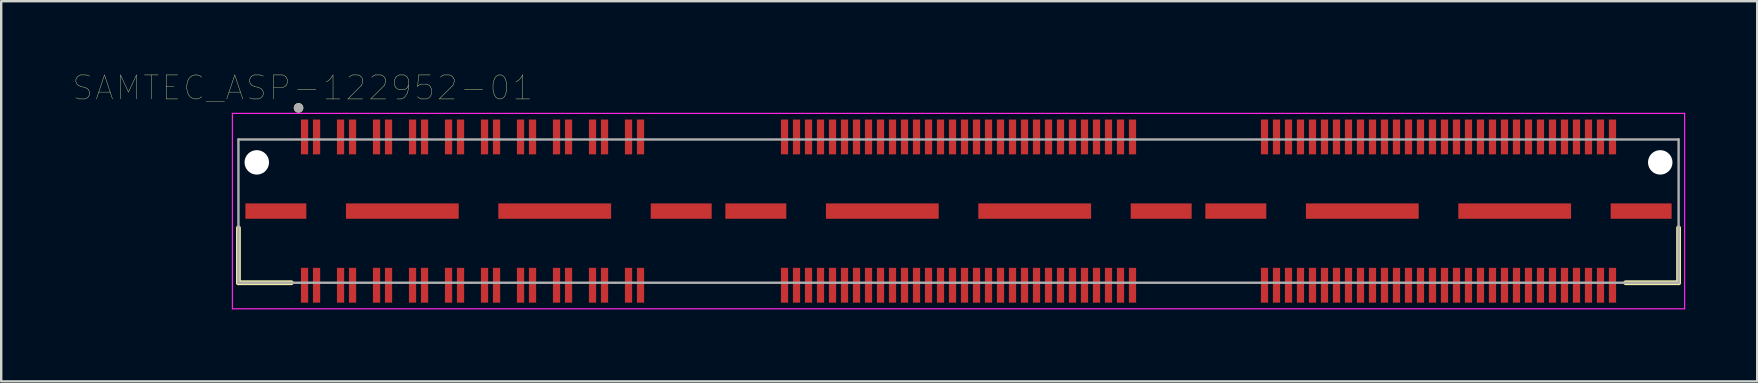
<source format=kicad_pcb>
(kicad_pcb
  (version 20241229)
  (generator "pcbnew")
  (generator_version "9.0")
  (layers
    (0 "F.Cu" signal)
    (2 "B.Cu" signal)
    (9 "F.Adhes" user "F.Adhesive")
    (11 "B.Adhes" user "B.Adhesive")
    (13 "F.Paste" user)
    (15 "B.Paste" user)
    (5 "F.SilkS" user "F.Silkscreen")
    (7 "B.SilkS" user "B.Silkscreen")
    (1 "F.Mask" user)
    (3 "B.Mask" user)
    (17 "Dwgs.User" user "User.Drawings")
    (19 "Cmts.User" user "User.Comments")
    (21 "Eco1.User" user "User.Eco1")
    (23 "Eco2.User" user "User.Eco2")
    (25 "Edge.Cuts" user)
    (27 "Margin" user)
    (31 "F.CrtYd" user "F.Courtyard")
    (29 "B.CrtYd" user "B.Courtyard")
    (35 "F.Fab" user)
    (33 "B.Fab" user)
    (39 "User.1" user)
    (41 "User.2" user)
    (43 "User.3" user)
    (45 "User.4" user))
  (footprint "SAMTEC_ASP-122952-01"
    (layer "F.Cu")
    (at 36.89 5.746)
    (property "Reference" "SAMTEC_ASP-122952-01" (at -27.325 -5.135 0) (layer "F.SilkS") (effects (font (size 1 1) (thickness 0.015))))
    (attr through_hole)
    (fp_line (start -30.005 2.985) (end -30.005 0.7) (stroke (width 0.2) (type solid)) (layer "F.SilkS"))
    (fp_line (start -27.8 2.985) (end -30.005 2.985) (stroke (width 0.2) (type solid)) (layer "F.SilkS"))
    (fp_line (start 27.8 2.985) (end 30.005 2.985) (stroke (width 0.2) (type solid)) (layer "F.SilkS"))
    (fp_line (start 30.005 2.985) (end 30.005 0.7) (stroke (width 0.2) (type solid)) (layer "F.SilkS"))
    (fp_circle (center -27.5 -4.3) (end -27.4 -4.3) (stroke (width 0.2) (type solid)) (fill no) (layer "F.SilkS"))
    (fp_line (start -30.255 -4.07) (end 30.255 -4.07) (stroke (width 0.05) (type solid)) (layer "F.CrtYd"))
    (fp_line (start -30.255 4.07) (end -30.255 -4.07) (stroke (width 0.05) (type solid)) (layer "F.CrtYd"))
    (fp_line (start 30.255 -4.07) (end 30.255 4.07) (stroke (width 0.05) (type solid)) (layer "F.CrtYd"))
    (fp_line (start 30.255 4.07) (end -30.255 4.07) (stroke (width 0.05) (type solid)) (layer "F.CrtYd"))
    (fp_line (start -30.005 -2.985) (end 30.005 -2.985) (stroke (width 0.1) (type solid)) (layer "F.Fab"))
    (fp_line (start -30.005 2.985) (end -30.005 -2.985) (stroke (width 0.1) (type solid)) (layer "F.Fab"))
    (fp_line (start 30.005 -2.985) (end 30.005 2.985) (stroke (width 0.1) (type solid)) (layer "F.Fab"))
    (fp_line (start 30.005 2.985) (end -30.005 2.985) (stroke (width 0.1) (type solid)) (layer "F.Fab"))
    (fp_circle (center -27.5 -4.3) (end -27.4 -4.3) (stroke (width 0.2) (type solid)) (fill no) (layer "F.Fab"))
    (pad "" np_thru_hole circle (at -29.24 -2.03) (size 1.02 1.02) (drill 1.02) (layers "*.Cu" "*.Mask"))
    (pad "" np_thru_hole circle (at 29.24 -2.03) (size 1.02 1.02) (drill 1.02) (layers "*.Cu" "*.Mask"))
    (pad "1" smd rect (at -27.25 -3.09) (size 0.3 1.45) (layers "F.Cu" "F.Mask" "F.Paste"))
    (pad "2" smd rect (at -27.25 3.09) (size 0.3 1.45) (layers "F.Cu" "F.Mask" "F.Paste"))
    (pad "3" smd rect (at -26.75 -3.09) (size 0.3 1.45) (layers "F.Cu" "F.Mask" "F.Paste"))
    (pad "4" smd rect (at -26.75 3.09) (size 0.3 1.45) (layers "F.Cu" "F.Mask" "F.Paste"))
    (pad "5" smd rect (at -25.75 -3.09) (size 0.3 1.45) (layers "F.Cu" "F.Mask" "F.Paste"))
    (pad "6" smd rect (at -25.75 3.09) (size 0.3 1.45) (layers "F.Cu" "F.Mask" "F.Paste"))
    (pad "7" smd rect (at -25.25 -3.09) (size 0.3 1.45) (layers "F.Cu" "F.Mask" "F.Paste"))
    (pad "8" smd rect (at -25.25 3.09) (size 0.3 1.45) (layers "F.Cu" "F.Mask" "F.Paste"))
    (pad "9" smd rect (at -24.25 -3.09) (size 0.3 1.45) (layers "F.Cu" "F.Mask" "F.Paste"))
    (pad "10" smd rect (at -24.25 3.09) (size 0.3 1.45) (layers "F.Cu" "F.Mask" "F.Paste"))
    (pad "11" smd rect (at -23.75 -3.09) (size 0.3 1.45) (layers "F.Cu" "F.Mask" "F.Paste"))
    (pad "12" smd rect (at -23.75 3.09) (size 0.3 1.45) (layers "F.Cu" "F.Mask" "F.Paste"))
    (pad "13" smd rect (at -22.75 -3.09) (size 0.3 1.45) (layers "F.Cu" "F.Mask" "F.Paste"))
    (pad "14" smd rect (at -22.75 3.09) (size 0.3 1.45) (layers "F.Cu" "F.Mask" "F.Paste"))
    (pad "15" smd rect (at -22.25 -3.09) (size 0.3 1.45) (layers "F.Cu" "F.Mask" "F.Paste"))
    (pad "16" smd rect (at -22.25 3.09) (size 0.3 1.45) (layers "F.Cu" "F.Mask" "F.Paste"))
    (pad "17" smd rect (at -21.25 -3.09) (size 0.3 1.45) (layers "F.Cu" "F.Mask" "F.Paste"))
    (pad "18" smd rect (at -21.25 3.09) (size 0.3 1.45) (layers "F.Cu" "F.Mask" "F.Paste"))
    (pad "19" smd rect (at -20.75 -3.09) (size 0.3 1.45) (layers "F.Cu" "F.Mask" "F.Paste"))
    (pad "20" smd rect (at -20.75 3.09) (size 0.3 1.45) (layers "F.Cu" "F.Mask" "F.Paste"))
    (pad "21" smd rect (at -19.75 -3.09) (size 0.3 1.45) (layers "F.Cu" "F.Mask" "F.Paste"))
    (pad "22" smd rect (at -19.75 3.09) (size 0.3 1.45) (layers "F.Cu" "F.Mask" "F.Paste"))
    (pad "23" smd rect (at -19.25 -3.09) (size 0.3 1.45) (layers "F.Cu" "F.Mask" "F.Paste"))
    (pad "24" smd rect (at -19.25 3.09) (size 0.3 1.45) (layers "F.Cu" "F.Mask" "F.Paste"))
    (pad "25" smd rect (at -18.25 -3.09) (size 0.3 1.45) (layers "F.Cu" "F.Mask" "F.Paste"))
    (pad "26" smd rect (at -18.25 3.09) (size 0.3 1.45) (layers "F.Cu" "F.Mask" "F.Paste"))
    (pad "27" smd rect (at -17.75 -3.09) (size 0.3 1.45) (layers "F.Cu" "F.Mask" "F.Paste"))
    (pad "28" smd rect (at -17.75 3.09) (size 0.3 1.45) (layers "F.Cu" "F.Mask" "F.Paste"))
    (pad "29" smd rect (at -16.75 -3.09) (size 0.3 1.45) (layers "F.Cu" "F.Mask" "F.Paste"))
    (pad "30" smd rect (at -16.75 3.09) (size 0.3 1.45) (layers "F.Cu" "F.Mask" "F.Paste"))
    (pad "31" smd rect (at -16.25 -3.09) (size 0.3 1.45) (layers "F.Cu" "F.Mask" "F.Paste"))
    (pad "32" smd rect (at -16.25 3.09) (size 0.3 1.45) (layers "F.Cu" "F.Mask" "F.Paste"))
    (pad "33" smd rect (at -15.25 -3.09) (size 0.3 1.45) (layers "F.Cu" "F.Mask" "F.Paste"))
    (pad "34" smd rect (at -15.25 3.09) (size 0.3 1.45) (layers "F.Cu" "F.Mask" "F.Paste"))
    (pad "35" smd rect (at -14.75 -3.09) (size 0.3 1.45) (layers "F.Cu" "F.Mask" "F.Paste"))
    (pad "36" smd rect (at -14.75 3.09) (size 0.3 1.45) (layers "F.Cu" "F.Mask" "F.Paste"))
    (pad "37" smd rect (at -13.75 -3.09) (size 0.3 1.45) (layers "F.Cu" "F.Mask" "F.Paste"))
    (pad "38" smd rect (at -13.75 3.09) (size 0.3 1.45) (layers "F.Cu" "F.Mask" "F.Paste"))
    (pad "39" smd rect (at -13.25 -3.09) (size 0.3 1.45) (layers "F.Cu" "F.Mask" "F.Paste"))
    (pad "40" smd rect (at -13.25 3.09) (size 0.3 1.45) (layers "F.Cu" "F.Mask" "F.Paste"))
    (pad "41" smd rect (at -7.25 -3.09) (size 0.3 1.45) (layers "F.Cu" "F.Mask" "F.Paste"))
    (pad "42" smd rect (at -7.25 3.09) (size 0.3 1.45) (layers "F.Cu" "F.Mask" "F.Paste"))
    (pad "43" smd rect (at -6.75 -3.09) (size 0.3 1.45) (layers "F.Cu" "F.Mask" "F.Paste"))
    (pad "44" smd rect (at -6.75 3.09) (size 0.3 1.45) (layers "F.Cu" "F.Mask" "F.Paste"))
    (pad "45" smd rect (at -6.25 -3.09) (size 0.3 1.45) (layers "F.Cu" "F.Mask" "F.Paste"))
    (pad "46" smd rect (at -6.25 3.09) (size 0.3 1.45) (layers "F.Cu" "F.Mask" "F.Paste"))
    (pad "47" smd rect (at -5.75 -3.09) (size 0.3 1.45) (layers "F.Cu" "F.Mask" "F.Paste"))
    (pad "48" smd rect (at -5.75 3.09) (size 0.3 1.45) (layers "F.Cu" "F.Mask" "F.Paste"))
    (pad "49" smd rect (at -5.25 -3.09) (size 0.3 1.45) (layers "F.Cu" "F.Mask" "F.Paste"))
    (pad "50" smd rect (at -5.25 3.09) (size 0.3 1.45) (layers "F.Cu" "F.Mask" "F.Paste"))
    (pad "51" smd rect (at -4.75 -3.09) (size 0.3 1.45) (layers "F.Cu" "F.Mask" "F.Paste"))
    (pad "52" smd rect (at -4.75 3.09) (size 0.3 1.45) (layers "F.Cu" "F.Mask" "F.Paste"))
    (pad "53" smd rect (at -4.25 -3.09) (size 0.3 1.45) (layers "F.Cu" "F.Mask" "F.Paste"))
    (pad "54" smd rect (at -4.25 3.09) (size 0.3 1.45) (layers "F.Cu" "F.Mask" "F.Paste"))
    (pad "55" smd rect (at -3.75 -3.09) (size 0.3 1.45) (layers "F.Cu" "F.Mask" "F.Paste"))
    (pad "56" smd rect (at -3.75 3.09) (size 0.3 1.45) (layers "F.Cu" "F.Mask" "F.Paste"))
    (pad "57" smd rect (at -3.25 -3.09) (size 0.3 1.45) (layers "F.Cu" "F.Mask" "F.Paste"))
    (pad "58" smd rect (at -3.25 3.09) (size 0.3 1.45) (layers "F.Cu" "F.Mask" "F.Paste"))
    (pad "59" smd rect (at -2.75 -3.09) (size 0.3 1.45) (layers "F.Cu" "F.Mask" "F.Paste"))
    (pad "60" smd rect (at -2.75 3.09) (size 0.3 1.45) (layers "F.Cu" "F.Mask" "F.Paste"))
    (pad "61" smd rect (at -2.25 -3.09) (size 0.3 1.45) (layers "F.Cu" "F.Mask" "F.Paste"))
    (pad "62" smd rect (at -2.25 3.09) (size 0.3 1.45) (layers "F.Cu" "F.Mask" "F.Paste"))
    (pad "63" smd rect (at -1.75 -3.09) (size 0.3 1.45) (layers "F.Cu" "F.Mask" "F.Paste"))
    (pad "64" smd rect (at -1.75 3.09) (size 0.3 1.45) (layers "F.Cu" "F.Mask" "F.Paste"))
    (pad "65" smd rect (at -1.25 -3.09) (size 0.3 1.45) (layers "F.Cu" "F.Mask" "F.Paste"))
    (pad "66" smd rect (at -1.25 3.09) (size 0.3 1.45) (layers "F.Cu" "F.Mask" "F.Paste"))
    (pad "67" smd rect (at -0.75 -3.09) (size 0.3 1.45) (layers "F.Cu" "F.Mask" "F.Paste"))
    (pad "68" smd rect (at -0.75 3.09) (size 0.3 1.45) (layers "F.Cu" "F.Mask" "F.Paste"))
    (pad "69" smd rect (at -0.25 -3.09) (size 0.3 1.45) (layers "F.Cu" "F.Mask" "F.Paste"))
    (pad "70" smd rect (at -0.25 3.09) (size 0.3 1.45) (layers "F.Cu" "F.Mask" "F.Paste"))
    (pad "71" smd rect (at 0.25 -3.09) (size 0.3 1.45) (layers "F.Cu" "F.Mask" "F.Paste"))
    (pad "72" smd rect (at 0.25 3.09) (size 0.3 1.45) (layers "F.Cu" "F.Mask" "F.Paste"))
    (pad "73" smd rect (at 0.75 -3.09) (size 0.3 1.45) (layers "F.Cu" "F.Mask" "F.Paste"))
    (pad "74" smd rect (at 0.75 3.09) (size 0.3 1.45) (layers "F.Cu" "F.Mask" "F.Paste"))
    (pad "75" smd rect (at 1.25 -3.09) (size 0.3 1.45) (layers "F.Cu" "F.Mask" "F.Paste"))
    (pad "76" smd rect (at 1.25 3.09) (size 0.3 1.45) (layers "F.Cu" "F.Mask" "F.Paste"))
    (pad "77" smd rect (at 1.75 -3.09) (size 0.3 1.45) (layers "F.Cu" "F.Mask" "F.Paste"))
    (pad "78" smd rect (at 1.75 3.09) (size 0.3 1.45) (layers "F.Cu" "F.Mask" "F.Paste"))
    (pad "79" smd rect (at 2.25 -3.09) (size 0.3 1.45) (layers "F.Cu" "F.Mask" "F.Paste"))
    (pad "80" smd rect (at 2.25 3.09) (size 0.3 1.45) (layers "F.Cu" "F.Mask" "F.Paste"))
    (pad "81" smd rect (at 2.75 -3.09) (size 0.3 1.45) (layers "F.Cu" "F.Mask" "F.Paste"))
    (pad "82" smd rect (at 2.75 3.09) (size 0.3 1.45) (layers "F.Cu" "F.Mask" "F.Paste"))
    (pad "83" smd rect (at 3.25 -3.09) (size 0.3 1.45) (layers "F.Cu" "F.Mask" "F.Paste"))
    (pad "84" smd rect (at 3.25 3.09) (size 0.3 1.45) (layers "F.Cu" "F.Mask" "F.Paste"))
    (pad "85" smd rect (at 3.75 -3.09) (size 0.3 1.45) (layers "F.Cu" "F.Mask" "F.Paste"))
    (pad "86" smd rect (at 3.75 3.09) (size 0.3 1.45) (layers "F.Cu" "F.Mask" "F.Paste"))
    (pad "87" smd rect (at 4.25 -3.09) (size 0.3 1.45) (layers "F.Cu" "F.Mask" "F.Paste"))
    (pad "88" smd rect (at 4.25 3.09) (size 0.3 1.45) (layers "F.Cu" "F.Mask" "F.Paste"))
    (pad "89" smd rect (at 4.75 -3.09) (size 0.3 1.45) (layers "F.Cu" "F.Mask" "F.Paste"))
    (pad "90" smd rect (at 4.75 3.09) (size 0.3 1.45) (layers "F.Cu" "F.Mask" "F.Paste"))
    (pad "91" smd rect (at 5.25 -3.09) (size 0.3 1.45) (layers "F.Cu" "F.Mask" "F.Paste"))
    (pad "92" smd rect (at 5.25 3.09) (size 0.3 1.45) (layers "F.Cu" "F.Mask" "F.Paste"))
    (pad "93" smd rect (at 5.75 -3.09) (size 0.3 1.45) (layers "F.Cu" "F.Mask" "F.Paste"))
    (pad "94" smd rect (at 5.75 3.09) (size 0.3 1.45) (layers "F.Cu" "F.Mask" "F.Paste"))
    (pad "95" smd rect (at 6.25 -3.09) (size 0.3 1.45) (layers "F.Cu" "F.Mask" "F.Paste"))
    (pad "96" smd rect (at 6.25 3.09) (size 0.3 1.45) (layers "F.Cu" "F.Mask" "F.Paste"))
    (pad "97" smd rect (at 6.75 -3.09) (size 0.3 1.45) (layers "F.Cu" "F.Mask" "F.Paste"))
    (pad "98" smd rect (at 6.75 3.09) (size 0.3 1.45) (layers "F.Cu" "F.Mask" "F.Paste"))
    (pad "99" smd rect (at 7.25 -3.09) (size 0.3 1.45) (layers "F.Cu" "F.Mask" "F.Paste"))
    (pad "100" smd rect (at 7.25 3.09) (size 0.3 1.45) (layers "F.Cu" "F.Mask" "F.Paste"))
    (pad "101" smd rect (at 12.75 -3.09) (size 0.3 1.45) (layers "F.Cu" "F.Mask" "F.Paste"))
    (pad "102" smd rect (at 12.75 3.09) (size 0.3 1.45) (layers "F.Cu" "F.Mask" "F.Paste"))
    (pad "103" smd rect (at 13.25 -3.09) (size 0.3 1.45) (layers "F.Cu" "F.Mask" "F.Paste"))
    (pad "104" smd rect (at 13.25 3.09) (size 0.3 1.45) (layers "F.Cu" "F.Mask" "F.Paste"))
    (pad "105" smd rect (at 13.75 -3.09) (size 0.3 1.45) (layers "F.Cu" "F.Mask" "F.Paste"))
    (pad "106" smd rect (at 13.75 3.09) (size 0.3 1.45) (layers "F.Cu" "F.Mask" "F.Paste"))
    (pad "107" smd rect (at 14.25 -3.09) (size 0.3 1.45) (layers "F.Cu" "F.Mask" "F.Paste"))
    (pad "108" smd rect (at 14.25 3.09) (size 0.3 1.45) (layers "F.Cu" "F.Mask" "F.Paste"))
    (pad "109" smd rect (at 14.75 -3.09) (size 0.3 1.45) (layers "F.Cu" "F.Mask" "F.Paste"))
    (pad "110" smd rect (at 14.75 3.09) (size 0.3 1.45) (layers "F.Cu" "F.Mask" "F.Paste"))
    (pad "111" smd rect (at 15.25 -3.09) (size 0.3 1.45) (layers "F.Cu" "F.Mask" "F.Paste"))
    (pad "112" smd rect (at 15.25 3.09) (size 0.3 1.45) (layers "F.Cu" "F.Mask" "F.Paste"))
    (pad "113" smd rect (at 15.75 -3.09) (size 0.3 1.45) (layers "F.Cu" "F.Mask" "F.Paste"))
    (pad "114" smd rect (at 15.75 3.09) (size 0.3 1.45) (layers "F.Cu" "F.Mask" "F.Paste"))
    (pad "115" smd rect (at 16.25 -3.09) (size 0.3 1.45) (layers "F.Cu" "F.Mask" "F.Paste"))
    (pad "116" smd rect (at 16.25 3.09) (size 0.3 1.45) (layers "F.Cu" "F.Mask" "F.Paste"))
    (pad "117" smd rect (at 16.75 -3.09) (size 0.3 1.45) (layers "F.Cu" "F.Mask" "F.Paste"))
    (pad "118" smd rect (at 16.75 3.09) (size 0.3 1.45) (layers "F.Cu" "F.Mask" "F.Paste"))
    (pad "119" smd rect (at 17.25 -3.09) (size 0.3 1.45) (layers "F.Cu" "F.Mask" "F.Paste"))
    (pad "120" smd rect (at 17.25 3.09) (size 0.3 1.45) (layers "F.Cu" "F.Mask" "F.Paste"))
    (pad "121" smd rect (at 17.75 -3.09) (size 0.3 1.45) (layers "F.Cu" "F.Mask" "F.Paste"))
    (pad "122" smd rect (at 17.75 3.09) (size 0.3 1.45) (layers "F.Cu" "F.Mask" "F.Paste"))
    (pad "123" smd rect (at 18.25 -3.09) (size 0.3 1.45) (layers "F.Cu" "F.Mask" "F.Paste"))
    (pad "124" smd rect (at 18.25 3.09) (size 0.3 1.45) (layers "F.Cu" "F.Mask" "F.Paste"))
    (pad "125" smd rect (at 18.75 -3.09) (size 0.3 1.45) (layers "F.Cu" "F.Mask" "F.Paste"))
    (pad "126" smd rect (at 18.75 3.09) (size 0.3 1.45) (layers "F.Cu" "F.Mask" "F.Paste"))
    (pad "127" smd rect (at 19.25 -3.09) (size 0.3 1.45) (layers "F.Cu" "F.Mask" "F.Paste"))
    (pad "128" smd rect (at 19.25 3.09) (size 0.3 1.45) (layers "F.Cu" "F.Mask" "F.Paste"))
    (pad "129" smd rect (at 19.75 -3.09) (size 0.3 1.45) (layers "F.Cu" "F.Mask" "F.Paste"))
    (pad "130" smd rect (at 19.75 3.09) (size 0.3 1.45) (layers "F.Cu" "F.Mask" "F.Paste"))
    (pad "131" smd rect (at 20.25 -3.09) (size 0.3 1.45) (layers "F.Cu" "F.Mask" "F.Paste"))
    (pad "132" smd rect (at 20.25 3.09) (size 0.3 1.45) (layers "F.Cu" "F.Mask" "F.Paste"))
    (pad "133" smd rect (at 20.75 -3.09) (size 0.3 1.45) (layers "F.Cu" "F.Mask" "F.Paste"))
    (pad "134" smd rect (at 20.75 3.09) (size 0.3 1.45) (layers "F.Cu" "F.Mask" "F.Paste"))
    (pad "135" smd rect (at 21.25 -3.09) (size 0.3 1.45) (layers "F.Cu" "F.Mask" "F.Paste"))
    (pad "136" smd rect (at 21.25 3.09) (size 0.3 1.45) (layers "F.Cu" "F.Mask" "F.Paste"))
    (pad "137" smd rect (at 21.75 -3.09) (size 0.3 1.45) (layers "F.Cu" "F.Mask" "F.Paste"))
    (pad "138" smd rect (at 21.75 3.09) (size 0.3 1.45) (layers "F.Cu" "F.Mask" "F.Paste"))
    (pad "139" smd rect (at 22.25 -3.09) (size 0.3 1.45) (layers "F.Cu" "F.Mask" "F.Paste"))
    (pad "140" smd rect (at 22.25 3.09) (size 0.3 1.45) (layers "F.Cu" "F.Mask" "F.Paste"))
    (pad "141" smd rect (at 22.75 -3.09) (size 0.3 1.45) (layers "F.Cu" "F.Mask" "F.Paste"))
    (pad "142" smd rect (at 22.75 3.09) (size 0.3 1.45) (layers "F.Cu" "F.Mask" "F.Paste"))
    (pad "143" smd rect (at 23.25 -3.09) (size 0.3 1.45) (layers "F.Cu" "F.Mask" "F.Paste"))
    (pad "144" smd rect (at 23.25 3.09) (size 0.3 1.45) (layers "F.Cu" "F.Mask" "F.Paste"))
    (pad "145" smd rect (at 23.75 -3.09) (size 0.3 1.45) (layers "F.Cu" "F.Mask" "F.Paste"))
    (pad "146" smd rect (at 23.75 3.09) (size 0.3 1.45) (layers "F.Cu" "F.Mask" "F.Paste"))
    (pad "147" smd rect (at 24.25 -3.09) (size 0.3 1.45) (layers "F.Cu" "F.Mask" "F.Paste"))
    (pad "148" smd rect (at 24.25 3.09) (size 0.3 1.45) (layers "F.Cu" "F.Mask" "F.Paste"))
    (pad "149" smd rect (at 24.75 -3.09) (size 0.3 1.45) (layers "F.Cu" "F.Mask" "F.Paste"))
    (pad "150" smd rect (at 24.75 3.09) (size 0.3 1.45) (layers "F.Cu" "F.Mask" "F.Paste"))
    (pad "151" smd rect (at 25.25 -3.09) (size 0.3 1.45) (layers "F.Cu" "F.Mask" "F.Paste"))
    (pad "152" smd rect (at 25.25 3.09) (size 0.3 1.45) (layers "F.Cu" "F.Mask" "F.Paste"))
    (pad "153" smd rect (at 25.75 -3.09) (size 0.3 1.45) (layers "F.Cu" "F.Mask" "F.Paste"))
    (pad "154" smd rect (at 25.75 3.09) (size 0.3 1.45) (layers "F.Cu" "F.Mask" "F.Paste"))
    (pad "155" smd rect (at 26.25 -3.09) (size 0.3 1.45) (layers "F.Cu" "F.Mask" "F.Paste"))
    (pad "156" smd rect (at 26.25 3.09) (size 0.3 1.45) (layers "F.Cu" "F.Mask" "F.Paste"))
    (pad "157" smd rect (at 26.75 -3.09) (size 0.3 1.45) (layers "F.Cu" "F.Mask" "F.Paste"))
    (pad "158" smd rect (at 26.75 3.09) (size 0.3 1.45) (layers "F.Cu" "F.Mask" "F.Paste"))
    (pad "159" smd rect (at 27.25 -3.09) (size 0.3 1.45) (layers "F.Cu" "F.Mask" "F.Paste"))
    (pad "160" smd rect (at 27.25 3.09) (size 0.3 1.45) (layers "F.Cu" "F.Mask" "F.Paste"))
    (pad "S1" smd rect (at -28.445 0) (size 2.54 0.64) (layers "F.Cu" "F.Mask" "F.Paste"))
    (pad "S2" smd rect (at -23.175 0) (size 4.7 0.64) (layers "F.Cu" "F.Mask" "F.Paste"))
    (pad "S3" smd rect (at -16.825 0) (size 4.7 0.64) (layers "F.Cu" "F.Mask" "F.Paste"))
    (pad "S4" smd rect (at -11.555 0) (size 2.54 0.64) (layers "F.Cu" "F.Mask" "F.Paste"))
    (pad "S5" smd rect (at -8.445 0) (size 2.54 0.64) (layers "F.Cu" "F.Mask" "F.Paste"))
    (pad "S6" smd rect (at -3.175 0) (size 4.7 0.64) (layers "F.Cu" "F.Mask" "F.Paste"))
    (pad "S7" smd rect (at 3.175 0) (size 4.7 0.64) (layers "F.Cu" "F.Mask" "F.Paste"))
    (pad "S8" smd rect (at 8.445 0) (size 2.54 0.64) (layers "F.Cu" "F.Mask" "F.Paste"))
    (pad "S9" smd rect (at 11.555 0) (size 2.54 0.64) (layers "F.Cu" "F.Mask" "F.Paste"))
    (pad "S10" smd rect (at 16.825 0) (size 4.7 0.64) (layers "F.Cu" "F.Mask" "F.Paste"))
    (pad "S11" smd rect (at 23.175 0) (size 4.7 0.64) (layers "F.Cu" "F.Mask" "F.Paste"))
    (pad "S12" smd rect (at 28.445 0) (size 2.54 0.64) (layers "F.Cu" "F.Mask" "F.Paste")))
  (gr_rect
    (start -3 -3)
    (end 70.17 12.841)
    (stroke (width 0.1) (type default))
    (fill no)
    (layer "Edge.Cuts")))
</source>
